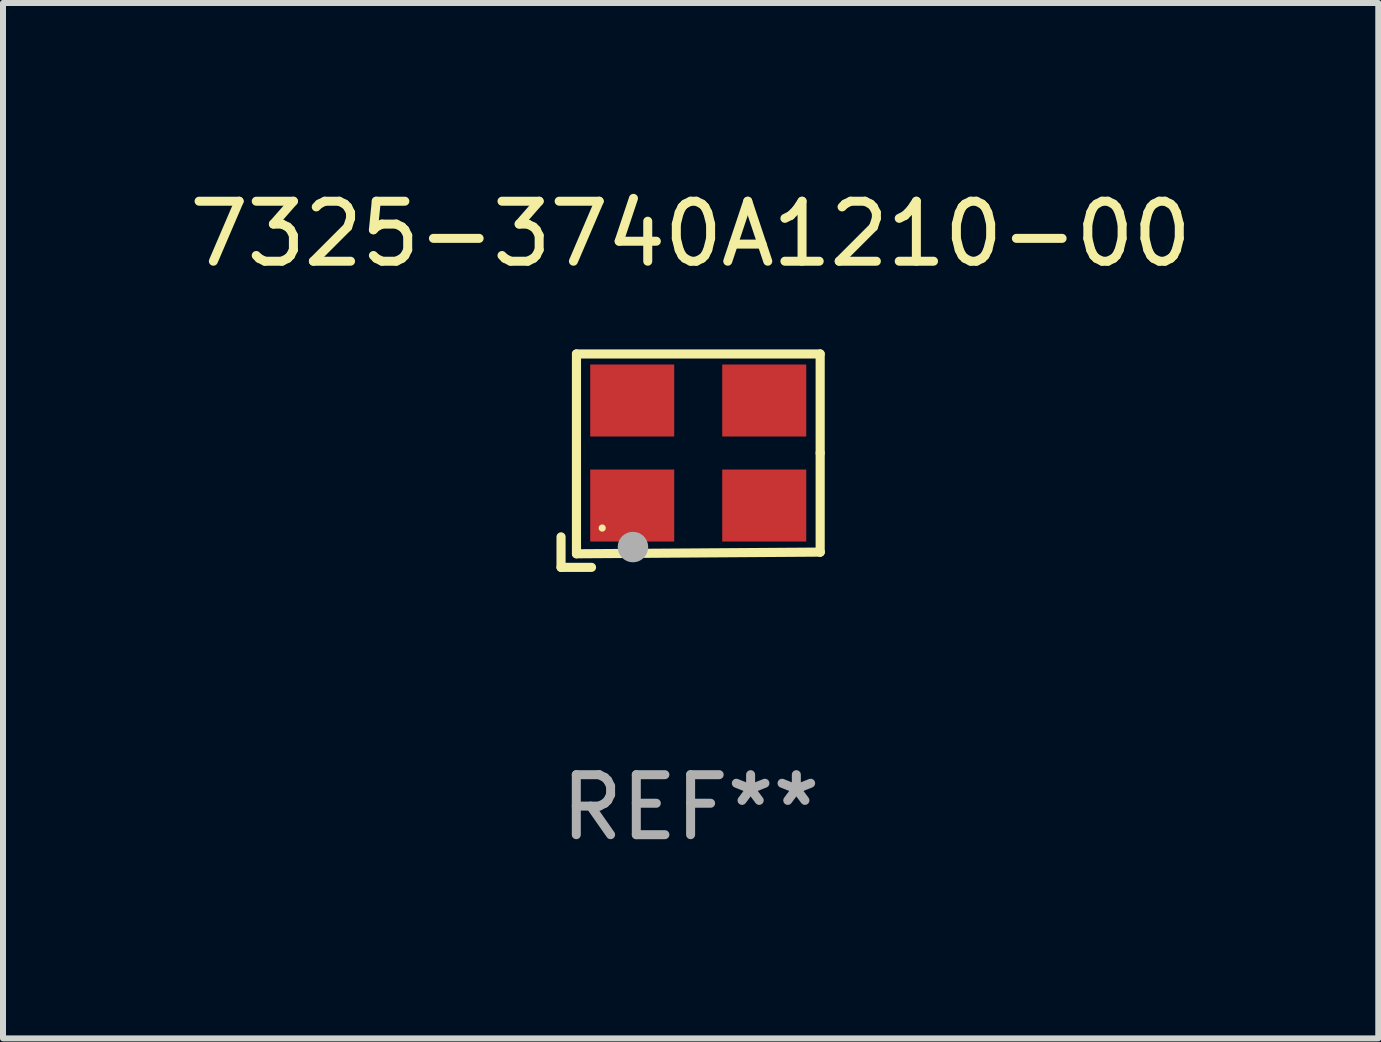
<source format=kicad_pcb>
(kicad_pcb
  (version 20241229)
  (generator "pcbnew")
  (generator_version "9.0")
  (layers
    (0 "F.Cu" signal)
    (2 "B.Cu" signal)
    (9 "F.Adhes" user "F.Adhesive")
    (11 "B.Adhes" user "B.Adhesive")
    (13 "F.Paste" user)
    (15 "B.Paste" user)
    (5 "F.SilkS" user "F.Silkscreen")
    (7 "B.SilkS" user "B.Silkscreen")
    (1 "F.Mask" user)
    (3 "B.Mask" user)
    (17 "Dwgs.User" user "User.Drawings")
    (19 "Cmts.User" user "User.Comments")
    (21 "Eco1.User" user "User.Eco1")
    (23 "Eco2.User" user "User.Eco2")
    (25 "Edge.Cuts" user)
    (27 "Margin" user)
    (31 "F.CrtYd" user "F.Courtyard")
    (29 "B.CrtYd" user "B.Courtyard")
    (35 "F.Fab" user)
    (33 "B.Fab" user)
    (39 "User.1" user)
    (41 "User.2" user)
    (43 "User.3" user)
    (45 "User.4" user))
  (footprint "7325-3740A1210-00"
    (layer "F.Cu")
    (at 8.458 4.626)
    (property "Reference" "7325-3740A1210-00" (at 0 -3.778 0) (layer "F.SilkS") (effects (font (size 1 1) (thickness 0.15))))
    (attr through_hole)
    (fp_line (start -2.159 1.27) (end -2.159 1.778) (stroke (width 0.152) (type solid)) (layer "F.SilkS"))
    (fp_line (start -2.159 1.778) (end -1.651 1.778) (stroke (width 0.152) (type solid)) (layer "F.SilkS"))
    (fp_line (start -1.902 -1.778) (end 2.159 -1.778) (stroke (width 0.152) (type solid)) (layer "F.SilkS"))
    (fp_line (start -1.902 1.552) (end -1.902 -1.778) (stroke (width 0.152) (type solid)) (layer "F.SilkS"))
    (fp_line (start 2.159 -1.778) (end 2.159 -0.127) (stroke (width 0.152) (type solid)) (layer "F.SilkS"))
    (fp_line (start 2.159 -0.127) (end 2.159 1.524) (stroke (width 0.152) (type solid)) (layer "F.SilkS"))
    (fp_line (start 2.159 1.524) (end -1.902 1.552) (stroke (width 0.152) (type solid)) (layer "F.SilkS"))
    (fp_line (start 2.159 1.524) (end 2.159 1.524) (stroke (width 0.152) (type solid)) (layer "F.SilkS"))
    (fp_circle (center -1.473 1.123) (end -1.443 1.123) (stroke (width 0.06) (type solid)) (fill no) (layer "F.SilkS"))
    (fp_circle (center -0.961 1.44) (end -0.834 1.44) (stroke (width 0.254) (type solid)) (fill no) (layer "F.Fab"))
    (fp_text user "REF**" (at 0 5.778 0) (layer "F.Fab") (effects (font (size 1 1) (thickness 0.15))))
    (pad "1" smd rect (at -0.973 0.748) (size 1.4 1.2) (layers "F.Cu" "F.Mask" "F.Paste"))
    (pad "2" smd rect (at 1.227 0.748) (size 1.4 1.2) (layers "F.Cu" "F.Mask" "F.Paste"))
    (pad "3" smd rect (at 1.227 -1.002) (size 1.4 1.2) (layers "F.Cu" "F.Mask" "F.Paste"))
    (pad "4" smd rect (at -0.973 -1.002) (size 1.4 1.2) (layers "F.Cu" "F.Mask" "F.Paste")))
  (gr_rect
    (start -3 -3)
    (end 19.917 14.253)
    (stroke (width 0.1) (type default))
    (fill no)
    (layer "Edge.Cuts")))
</source>
